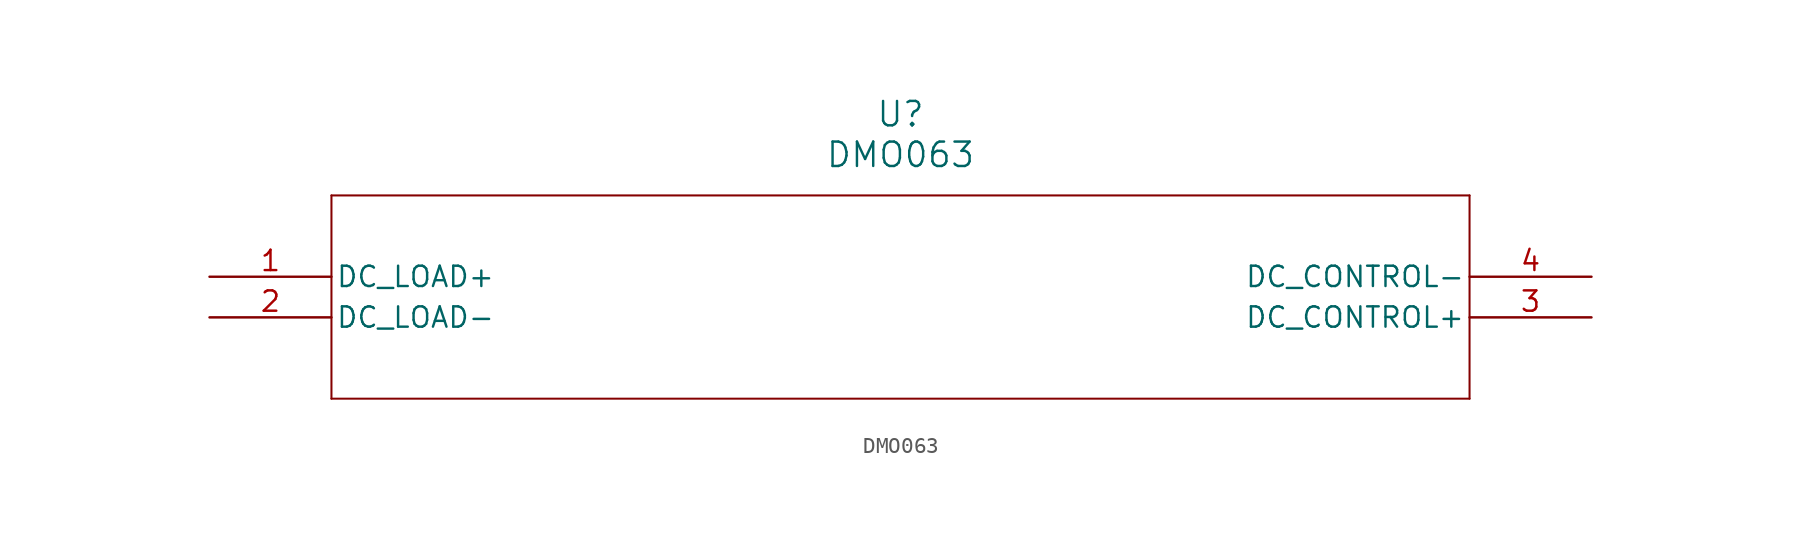
<source format=kicad_sym>
(kicad_symbol_lib
  (version 20211014)
  (generator kicad_symbol_editor)
  (symbol "DMO063"
    (pin_names
      (offset 0.254))
    (property "Reference" "U"
      (at 43.18 10.16 0)
      (effects (font (size 1.524 1.524))))
    (property "Value" "DMO063"
      (at 43.18 7.62 0)
      (effects (font (size 1.524 1.524))))
    (symbol "DMO063_0_1"
      (polyline (pts (xy 7.62 5.08) (xy 7.62 -7.62)) (stroke (width 0.127) (type default) (color 0 0 0 0)) (fill (type none)))
      (polyline (pts (xy 7.62 -7.62) (xy 78.74 -7.62)) (stroke (width 0.127) (type default) (color 0 0 0 0)) (fill (type none)))
      (polyline (pts (xy 78.74 -7.62) (xy 78.74 5.08)) (stroke (width 0.127) (type default) (color 0 0 0 0)) (fill (type none)))
      (polyline (pts (xy 78.74 5.08) (xy 7.62 5.08)) (stroke (width 0.127) (type default) (color 0 0 0 0)) (fill (type none)))
      (pin unspecified line (at 0 0 0) (length 7.62) (name "DC_LOAD+" (effects (font (size 1.27 1.27)))) (number "1" (effects (font (size 1.27 1.27)))))
      (pin unspecified line (at 0 -2.54 0) (length 7.62) (name "DC_LOAD-" (effects (font (size 1.27 1.27)))) (number "2" (effects (font (size 1.27 1.27)))))
      (pin unspecified line (at 86.36 -2.54 180) (length 7.62) (name "DC_CONTROL+" (effects (font (size 1.27 1.27)))) (number "3" (effects (font (size 1.27 1.27)))))
      (pin unspecified line (at 86.36 0 180) (length 7.62) (name "DC_CONTROL-" (effects (font (size 1.27 1.27)))) (number "4" (effects (font (size 1.27 1.27))))))))
</source>
